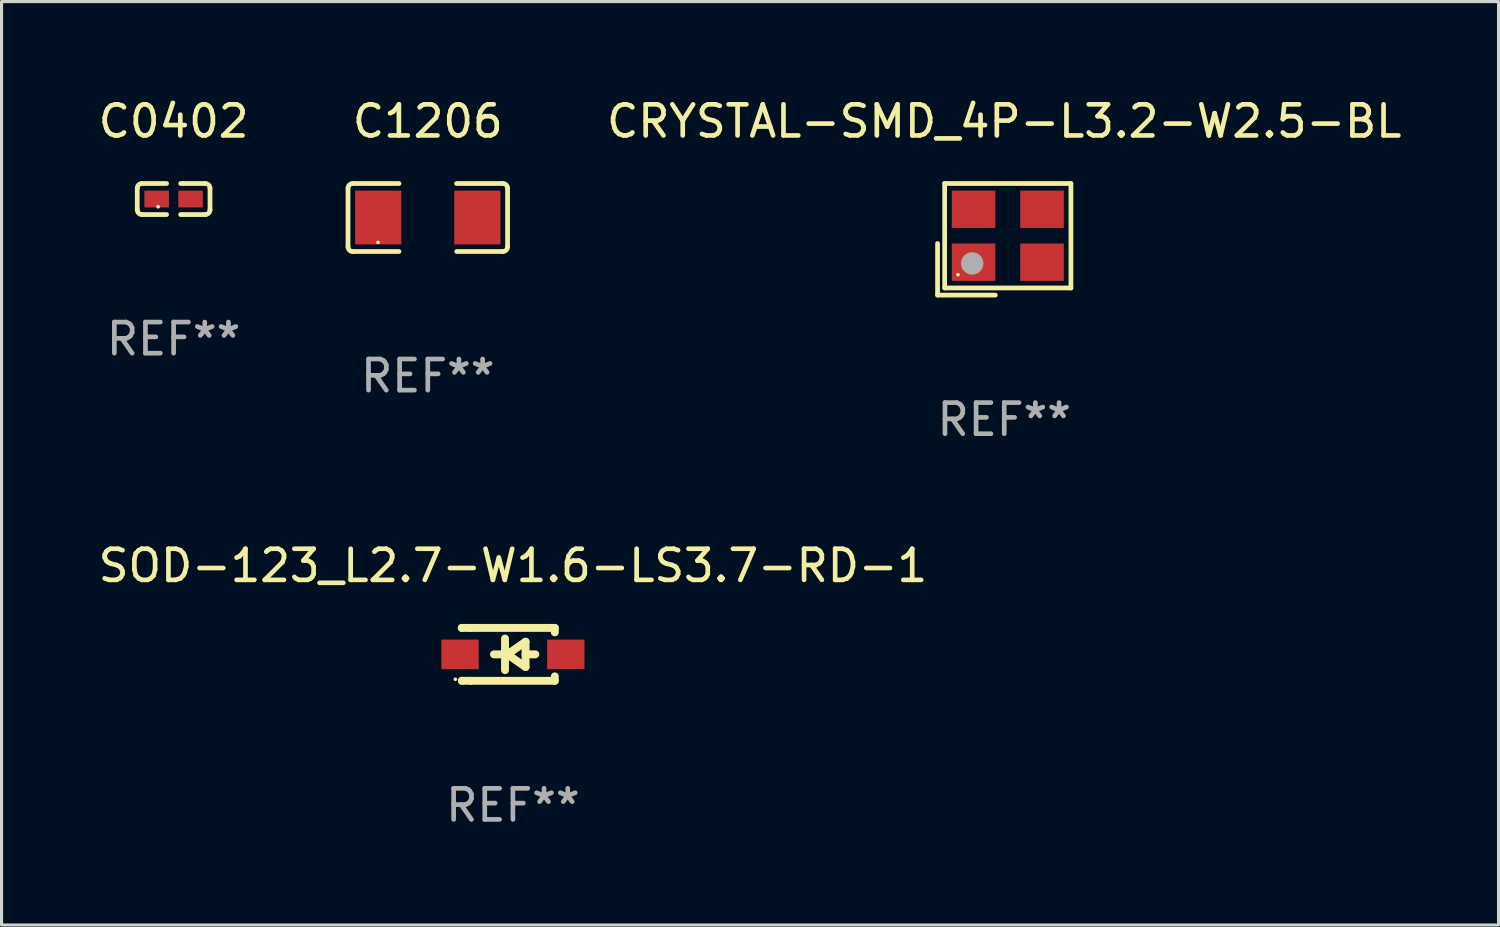
<source format=kicad_pcb>
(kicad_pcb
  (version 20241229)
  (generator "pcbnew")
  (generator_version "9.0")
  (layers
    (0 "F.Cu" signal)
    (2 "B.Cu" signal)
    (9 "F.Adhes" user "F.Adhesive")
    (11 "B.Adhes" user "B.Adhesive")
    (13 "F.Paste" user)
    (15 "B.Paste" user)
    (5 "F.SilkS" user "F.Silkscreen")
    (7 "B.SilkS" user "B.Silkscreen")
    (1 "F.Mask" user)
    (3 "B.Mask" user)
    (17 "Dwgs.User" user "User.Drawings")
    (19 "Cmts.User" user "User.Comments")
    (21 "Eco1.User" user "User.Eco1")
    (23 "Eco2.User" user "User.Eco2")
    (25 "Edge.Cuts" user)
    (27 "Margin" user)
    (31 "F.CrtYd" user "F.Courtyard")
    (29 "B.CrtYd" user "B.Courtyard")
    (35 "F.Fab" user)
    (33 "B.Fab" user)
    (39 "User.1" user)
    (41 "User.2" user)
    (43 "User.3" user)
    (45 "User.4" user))
  (footprint "C1206"
    (layer "F.Cu")
    (at 10.699 3.941)
    (property "Reference" "C1206" (at 0 -3.093 0) (layer "F.SilkS") (effects (font (size 1 1) (thickness 0.15))))
    (attr smd)
    (fp_line (start -2.564 0.94) (end -2.564 -0.94) (stroke (width 0.152) (type solid)) (layer "F.SilkS"))
    (fp_line (start -2.411 -1.093) (end -0.926 -1.093) (stroke (width 0.152) (type solid)) (layer "F.SilkS"))
    (fp_line (start -0.926 1.093) (end -2.411 1.093) (stroke (width 0.152) (type solid)) (layer "F.SilkS"))
    (fp_line (start 0.926 1.093) (end 2.411 1.093) (stroke (width 0.152) (type solid)) (layer "F.SilkS"))
    (fp_line (start 2.411 -1.093) (end 0.926 -1.093) (stroke (width 0.152) (type solid)) (layer "F.SilkS"))
    (fp_line (start 2.564 0.94) (end 2.564 -0.94) (stroke (width 0.152) (type solid)) (layer "F.SilkS"))
    (fp_arc (start -2.563602 -0.940208) (mid -2.518965 -1.047972) (end -2.411201 -1.092609) (stroke (width 0.1524) (type solid)) (layer "F.SilkS"))
    (fp_arc (start -2.411201 1.092609) (mid -2.518965 1.047972) (end -2.563602 0.940208) (stroke (width 0.1524) (type solid)) (layer "F.SilkS"))
    (fp_arc (start 2.411201 -1.092609) (mid 2.518965 -1.047972) (end 2.563602 -0.940208) (stroke (width 0.1524) (type solid)) (layer "F.SilkS"))
    (fp_arc (start 2.563602 0.940208) (mid 2.518965 1.047972) (end 2.411201 1.092609) (stroke (width 0.1524) (type solid)) (layer "F.SilkS"))
    (fp_circle (center -1.6 0.8) (end -1.57 0.8) (stroke (width 0.06) (type solid)) (fill no) (layer "F.SilkS"))
    (fp_text user "REF**" (at 0 5.093 0) (layer "F.Fab") (effects (font (size 1 1) (thickness 0.15))))
    (pad "1" smd rect (at -1.593 0) (size 1.485 1.728) (layers "F.Cu" "F.Mask" "F.Paste"))
    (pad "2" smd rect (at 1.593 0) (size 1.485 1.728) (layers "F.Cu" "F.Mask" "F.Paste")))
  (footprint "SOD-123_L2.7-W1.6-LS3.7-RD-1"
    (layer "F.Cu")
    (at 13.435 17.981)
    (property "Reference" "SOD-123_L2.7-W1.6-LS3.7-RD-1" (at 0 -2.85 0) (layer "F.SilkS") (effects (font (size 1 1) (thickness 0.15))))
    (attr smd)
    (fp_line (start -1.643 -0.85) (end -1.644 -0.849) (stroke (width 0.254) (type solid)) (layer "F.SilkS"))
    (fp_line (start -1.638 0.85) (end -1.639 0.849) (stroke (width 0.254) (type solid)) (layer "F.SilkS"))
    (fp_line (start -1.346 -0.85) (end -1.643 -0.85) (stroke (width 0.254) (type solid)) (layer "F.SilkS"))
    (fp_line (start -1.346 -0.85) (end 1.346 -0.85) (stroke (width 0.254) (type solid)) (layer "F.SilkS"))
    (fp_line (start -1.346 0.85) (end -1.638 0.85) (stroke (width 0.254) (type solid)) (layer "F.SilkS"))
    (fp_line (start -0.28 0) (end -0.61 0) (stroke (width 0.254) (type solid)) (layer "F.SilkS"))
    (fp_line (start -0.254 -0.508) (end -0.254 0.508) (stroke (width 0.254) (type solid)) (layer "F.SilkS"))
    (fp_line (start -0.178 0) (end 0.406 -0.406) (stroke (width 0.254) (type solid)) (layer "F.SilkS"))
    (fp_line (start 0.406 -0.406) (end 0.406 0.406) (stroke (width 0.254) (type solid)) (layer "F.SilkS"))
    (fp_line (start 0.406 -0.000254) (end 0.72 -0.000254) (stroke (width 0.254) (type solid)) (layer "F.SilkS"))
    (fp_line (start 0.406 0.406) (end -0.178 0) (stroke (width 0.254) (type solid)) (layer "F.SilkS"))
    (fp_line (start 1.346 -0.85) (end 1.346 -0.706) (stroke (width 0.254) (type solid)) (layer "F.SilkS"))
    (fp_line (start 1.346 0.706) (end 1.346 0.85) (stroke (width 0.254) (type solid)) (layer "F.SilkS"))
    (fp_line (start 1.346 0.85) (end -1.346 0.85) (stroke (width 0.254) (type solid)) (layer "F.SilkS"))
    (fp_circle (center -1.85 0.8) (end -1.82 0.8) (stroke (width 0.06) (type solid)) (fill no) (layer "F.SilkS"))
    (fp_text user "REF**" (at 0 4.85 0) (layer "F.Fab") (effects (font (size 1 1) (thickness 0.15))))
    (pad "1" smd rect (at -1.7 0) (size 1.2 0.95) (layers "F.Cu" "F.Mask" "F.Paste"))
    (pad "2" smd rect (at 1.7 0) (size 1.2 0.95) (layers "F.Cu" "F.Mask" "F.Paste")))
  (footprint "CRYSTAL-SMD_4P-L3.2-W2.5-BL"
    (layer "F.Cu")
    (at 29.34 4.527)
    (property "Reference" "CRYSTAL-SMD_4P-L3.2-W2.5-BL" (at -0.114 -3.679 0) (layer "F.SilkS") (effects (font (size 1 1) (thickness 0.15))))
    (attr smd)
    (fp_line (start -2.257 0.25) (end -2.257 1.907) (stroke (width 0.152) (type solid)) (layer "F.SilkS"))
    (fp_line (start -2.257 1.907) (end -0.4 1.907) (stroke (width 0.152) (type solid)) (layer "F.SilkS"))
    (fp_line (start -2.029 -1.679) (end 2.029 -1.679) (stroke (width 0.152) (type solid)) (layer "F.SilkS"))
    (fp_line (start -2.029 1.678) (end -2.029 -1.679) (stroke (width 0.152) (type solid)) (layer "F.SilkS"))
    (fp_line (start 2.029 -1.679) (end 2.029 1.678) (stroke (width 0.152) (type solid)) (layer "F.SilkS"))
    (fp_line (start 2.029 1.678) (end -2.029 1.678) (stroke (width 0.152) (type solid)) (layer "F.SilkS"))
    (fp_circle (center -1.6 1.25) (end -1.57 1.25) (stroke (width 0.06) (type solid)) (fill no) (layer "F.SilkS"))
    (fp_circle (center -1.143 0.889) (end -0.963 0.889) (stroke (width 0.36) (type solid)) (fill no) (layer "F.Fab"))
    (fp_text user "REF**" (at -0.114 5.907 0) (layer "F.Fab") (effects (font (size 1 1) (thickness 0.15))))
    (pad "1" smd rect (at -1.1 0.85) (size 1.4 1.2) (layers "F.Cu" "F.Mask" "F.Paste"))
    (pad "2" smd rect (at 1.1 0.85) (size 1.4 1.2) (layers "F.Cu" "F.Mask" "F.Paste"))
    (pad "3" smd rect (at 1.1 -0.85) (size 1.4 1.2) (layers "F.Cu" "F.Mask" "F.Paste"))
    (pad "4" smd rect (at -1.1 -0.85) (size 1.4 1.2) (layers "F.Cu" "F.Mask" "F.Paste")))
  (footprint "C0402"
    (layer "F.Cu")
    (at 2.53 3.347)
    (property "Reference" "C0402" (at 0 -2.499 0) (layer "F.SilkS") (effects (font (size 1 1) (thickness 0.15))))
    (attr smd)
    (fp_line (start -1.169 0.346) (end -1.169 -0.346) (stroke (width 0.152) (type solid)) (layer "F.SilkS"))
    (fp_line (start -1.016 -0.499) (end -0.226 -0.499) (stroke (width 0.152) (type solid)) (layer "F.SilkS"))
    (fp_line (start -0.226 0.499) (end -1.016 0.499) (stroke (width 0.152) (type solid)) (layer "F.SilkS"))
    (fp_line (start 0.226 0.499) (end 1.016 0.499) (stroke (width 0.152) (type solid)) (layer "F.SilkS"))
    (fp_line (start 1.016 -0.499) (end 0.226 -0.499) (stroke (width 0.152) (type solid)) (layer "F.SilkS"))
    (fp_line (start 1.169 0.346) (end 1.169 -0.346) (stroke (width 0.152) (type solid)) (layer "F.SilkS"))
    (fp_arc (start -1.168707 -0.346203) (mid -1.12407 -0.453966) (end -1.016307 -0.498603) (stroke (width 0.1524) (type solid)) (layer "F.SilkS"))
    (fp_arc (start -1.016307 0.498603) (mid -1.12407 0.453966) (end -1.168707 0.346203) (stroke (width 0.1524) (type solid)) (layer "F.SilkS"))
    (fp_arc (start 1.016307 -0.498603) (mid 1.12407 -0.453966) (end 1.168707 -0.346203) (stroke (width 0.1524) (type solid)) (layer "F.SilkS"))
    (fp_arc (start 1.168707 0.346203) (mid 1.12407 0.453966) (end 1.016307 0.498603) (stroke (width 0.1524) (type solid)) (layer "F.SilkS"))
    (fp_circle (center -0.5 0.25) (end -0.47 0.25) (stroke (width 0.06) (type solid)) (fill no) (layer "F.SilkS"))
    (fp_text user "REF**" (at 0 4.499 0) (layer "F.Fab") (effects (font (size 1 1) (thickness 0.15))))
    (pad "1" smd rect (at -0.545 0) (size 0.79 0.54) (layers "F.Cu" "F.Mask" "F.Paste"))
    (pad "2" smd rect (at 0.545 0) (size 0.79 0.54) (layers "F.Cu" "F.Mask" "F.Paste")))
  (gr_rect
    (start -3 -3)
    (end 45.113 26.679)
    (stroke (width 0.1) (type default))
    (fill no)
    (layer "Edge.Cuts")))
</source>
